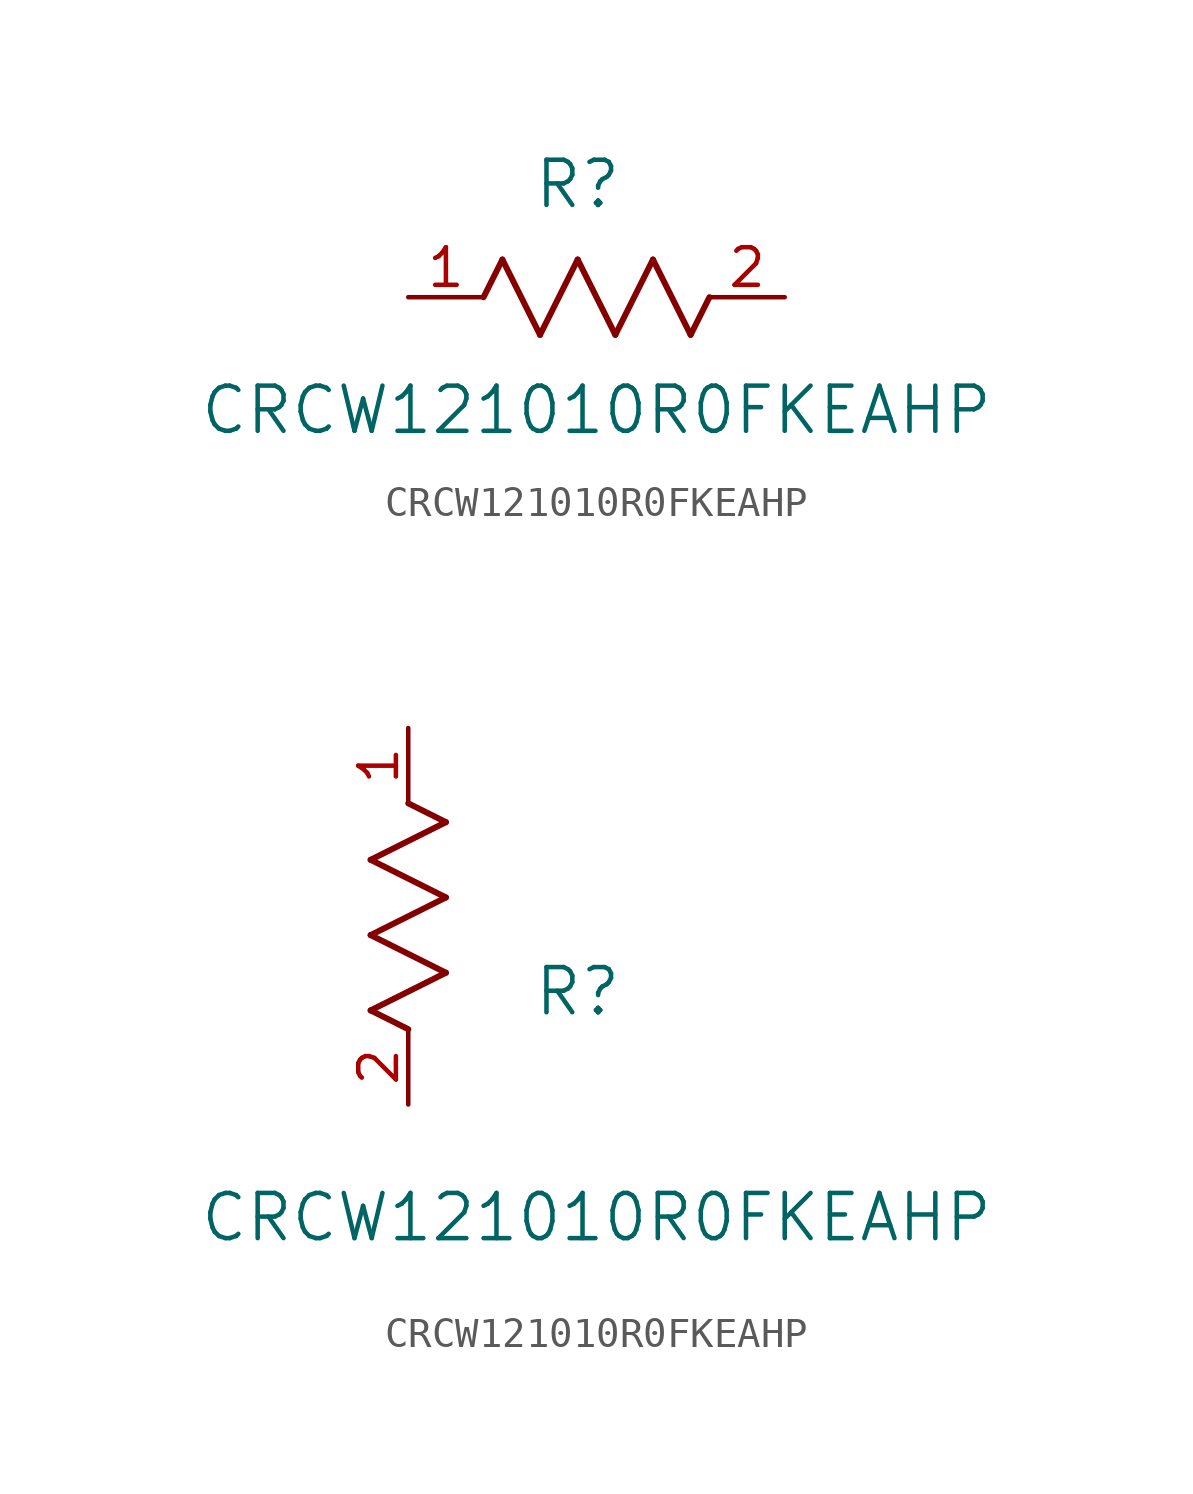
<source format=kicad_sym>
(kicad_symbol_lib
  (version 20211014)
  (generator kicad_symbol_editor)
  (symbol "CRCW121010R0FKEAHP"
    (pin_names
      (offset 0.254))
    (property "Reference" "R"
      (at 5.715 3.81 0)
      (effects (font (size 1.524 1.524))))
    (property "Value" "CRCW121010R0FKEAHP"
      (at 6.35 -3.81 0)
      (effects (font (size 1.524 1.524))))
    (symbol "CRCW121010R0FKEAHP_1_1"
      (polyline (pts (xy 3.175 1.27) (xy 4.445 -1.27)) (stroke (width 0.203) (type default) (color 0 0 0 0)) (fill (type none)))
      (polyline (pts (xy 4.445 -1.27) (xy 5.715 1.27)) (stroke (width 0.203) (type default) (color 0 0 0 0)) (fill (type none)))
      (polyline (pts (xy 5.715 1.27) (xy 6.985 -1.27)) (stroke (width 0.203) (type default) (color 0 0 0 0)) (fill (type none)))
      (polyline (pts (xy 6.985 -1.27) (xy 8.255 1.27)) (stroke (width 0.203) (type default) (color 0 0 0 0)) (fill (type none)))
      (polyline (pts (xy 8.255 1.27) (xy 9.525 -1.27)) (stroke (width 0.203) (type default) (color 0 0 0 0)) (fill (type none)))
      (polyline (pts (xy 2.54 0) (xy 3.175 1.27)) (stroke (width 0.203) (type default) (color 0 0 0 0)) (fill (type none)))
      (polyline (pts (xy 9.525 -1.27) (xy 10.16 0)) (stroke (width 0.203) (type default) (color 0 0 0 0)) (fill (type none)))
      (pin unspecified line (at 0 0 0) (length 2.54) (name "" (effects (font (size 1.27 1.27)))) (number "1" (effects (font (size 1.27 1.27)))))
      (pin unspecified line (at 12.7 0 180) (length 2.54) (name "" (effects (font (size 1.27 1.27)))) (number "2" (effects (font (size 1.27 1.27))))))
    (symbol "CRCW121010R0FKEAHP_1_2"
      (polyline (pts (xy 0 2.54) (xy -1.27 3.175)) (stroke (width 0.203) (type default) (color 0 0 0 0)) (fill (type none)))
      (polyline (pts (xy -1.27 3.175) (xy 1.27 4.445)) (stroke (width 0.203) (type default) (color 0 0 0 0)) (fill (type none)))
      (polyline (pts (xy 1.27 4.445) (xy -1.27 5.715)) (stroke (width 0.203) (type default) (color 0 0 0 0)) (fill (type none)))
      (polyline (pts (xy -1.27 5.715) (xy 1.27 6.985)) (stroke (width 0.203) (type default) (color 0 0 0 0)) (fill (type none)))
      (polyline (pts (xy -1.27 8.255) (xy 1.27 9.525)) (stroke (width 0.203) (type default) (color 0 0 0 0)) (fill (type none)))
      (polyline (pts (xy 1.27 9.525) (xy 0 10.16)) (stroke (width 0.203) (type default) (color 0 0 0 0)) (fill (type none)))
      (polyline (pts (xy 1.27 6.985) (xy -1.27 8.255)) (stroke (width 0.203) (type default) (color 0 0 0 0)) (fill (type none)))
      (pin unspecified line (at 0 12.7 270) (length 2.54) (name "" (effects (font (size 1.27 1.27)))) (number "1" (effects (font (size 1.27 1.27)))))
      (pin unspecified line (at 0 0 90) (length 2.54) (name "" (effects (font (size 1.27 1.27)))) (number "2" (effects (font (size 1.27 1.27))))))))
</source>
